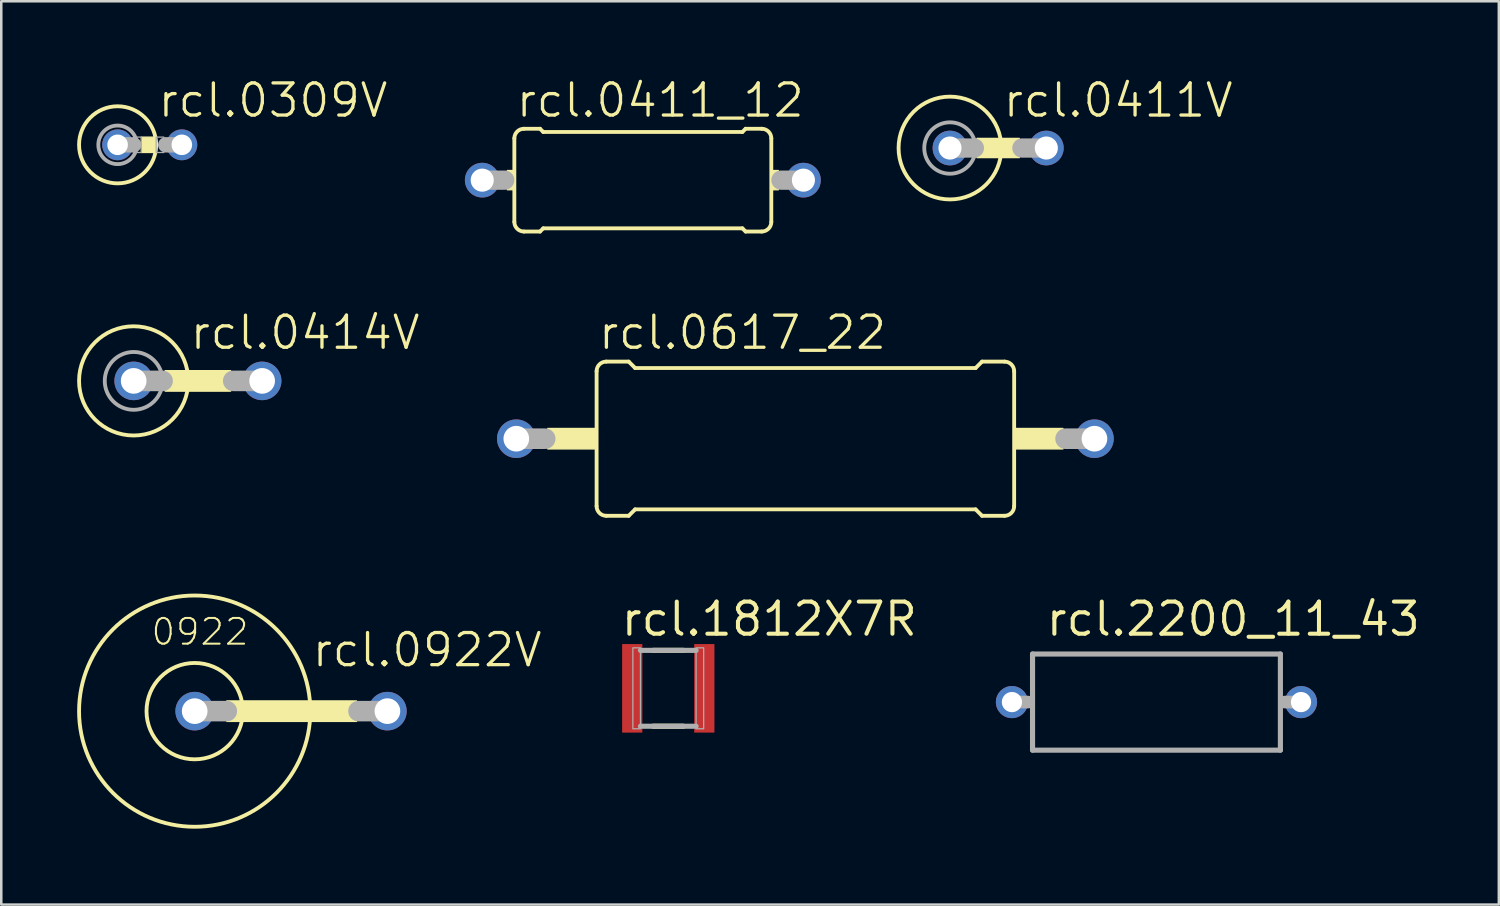
<source format=kicad_pcb>
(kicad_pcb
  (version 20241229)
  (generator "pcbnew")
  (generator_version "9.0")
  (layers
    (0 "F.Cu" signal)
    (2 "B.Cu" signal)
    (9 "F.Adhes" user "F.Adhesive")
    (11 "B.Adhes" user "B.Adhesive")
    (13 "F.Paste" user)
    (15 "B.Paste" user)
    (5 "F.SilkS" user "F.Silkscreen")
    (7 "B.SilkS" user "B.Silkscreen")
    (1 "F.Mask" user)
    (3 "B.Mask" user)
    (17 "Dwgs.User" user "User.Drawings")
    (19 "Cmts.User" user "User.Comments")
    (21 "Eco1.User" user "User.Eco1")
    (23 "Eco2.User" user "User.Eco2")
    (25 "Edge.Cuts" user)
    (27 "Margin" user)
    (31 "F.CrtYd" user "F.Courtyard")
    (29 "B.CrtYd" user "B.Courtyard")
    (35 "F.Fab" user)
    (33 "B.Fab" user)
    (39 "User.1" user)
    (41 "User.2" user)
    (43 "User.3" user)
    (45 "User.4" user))
  (footprint "rcl.1812X7R"
    (layer "F.Cu")
    (at 23.373 24.166)
    (property "Reference" "rcl.1812X7R" (at -1.946 -1.996 0) (layer "F.SilkS") (effects (font (size 1.27 1.27) (thickness 0.16)) (justify left bottom)))
    (attr smd)
    (fp_line (start -0.6 -1.5) (end 0.6 -1.5) (stroke (width 0.203) (type default)) (layer "F.SilkS"))
    (fp_line (start 0.6 1.5) (end -0.6 1.5) (stroke (width 0.203) (type default)) (layer "F.SilkS"))
    (fp_line (start -1.1 -1.5) (end 1.1 -1.5) (stroke (width 0.203) (type default)) (layer "F.Fab"))
    (fp_line (start 1.1 1.5) (end -1.1 1.5) (stroke (width 0.203) (type default)) (layer "F.Fab"))
    (fp_rect (start -1.4 1.6) (end -1.1 -1.6) (stroke (width 0.05) (type default)) (fill no) (layer "F.Fab"))
    (fp_rect (start 1.1 1.6) (end 1.4 -1.6) (stroke (width 0.05) (type default)) (fill no) (layer "F.Fab"))
    (pad "1" smd roundrect (at -1.425 0) (size 0.8 3.5) (layers "F.Cu" "F.Mask" "F.Paste") (roundrect_rratio 0.01))
    (pad "2" smd roundrect (at 1.425 0 180) (size 0.8 3.5) (layers "F.Cu" "F.Mask" "F.Paste") (roundrect_rratio 0.01)))
  (footprint "rcl.0309V"
    (layer "F.Cu")
    (at 2.87 2.676)
    (property "Reference" "rcl.0309V" (at 0.254 -1.016 0) (layer "F.SilkS") (effects (font (size 1.27 1.27) (thickness 0.13)) (justify left bottom)))
    (attr through_hole)
    (fp_rect (start -0.33 0.305) (end 0.254 -0.305) (stroke (width 0.05) (type default)) (fill yes) (layer "F.SilkS"))
    (fp_circle (center -1.27 0) (end 0.254 0) (stroke (width 0.152) (type default)) (fill no) (layer "F.SilkS"))
    (fp_line (start -0.635 0) (end -1.27 0) (stroke (width 0.61) (type default)) (layer "F.Fab"))
    (fp_line (start 1.27 0) (end 0.635 0) (stroke (width 0.61) (type default)) (layer "F.Fab"))
    (fp_rect (start -0.635 0.305) (end -0.33 -0.305) (stroke (width 0.05) (type default)) (fill no) (layer "F.Fab"))
    (fp_rect (start 0.254 0.305) (end 0.559 -0.305) (stroke (width 0.05) (type default)) (fill no) (layer "F.Fab"))
    (fp_circle (center -1.27 0) (end -0.508 0) (stroke (width 0.152) (type default)) (fill no) (layer "F.Fab"))
    (pad "1" thru_hole circle (at -1.27 0) (size 1.219 1.219) (drill 0.813) (layers "*.Cu" "*.Mask"))
    (pad "2" thru_hole circle (at 1.27 0) (size 1.219 1.219) (drill 0.813) (layers "*.Cu" "*.Mask")))
  (footprint "rcl.2200_11_43"
    (layer "F.Cu")
    (at 42.676 24.71)
    (property "Reference" "rcl.2200_11_43" (at -4.445 -2.54 0) (layer "F.SilkS") (effects (font (size 1.27 1.27) (thickness 0.16)) (justify left bottom)))
    (attr through_hole)
    (fp_line (start -5.715 0) (end -5.08 0) (stroke (width 0.5) (type default)) (layer "F.Fab"))
    (fp_line (start -4.9 -1.9) (end 4.9 -1.9) (stroke (width 0.203) (type default)) (layer "F.Fab"))
    (fp_line (start -4.9 1.9) (end -4.9 -1.9) (stroke (width 0.203) (type default)) (layer "F.Fab"))
    (fp_line (start 4.9 -1.9) (end 4.9 1.9) (stroke (width 0.203) (type default)) (layer "F.Fab"))
    (fp_line (start 4.9 1.9) (end -4.9 1.9) (stroke (width 0.203) (type default)) (layer "F.Fab"))
    (fp_line (start 5.715 0) (end 5.08 0) (stroke (width 0.5) (type default)) (layer "F.Fab"))
    (pad "1" thru_hole circle (at -5.715 0) (size 1.27 1.27) (drill 0.8) (layers "*.Cu" "*.Mask"))
    (pad "2" thru_hole circle (at 5.715 0) (size 1.27 1.27) (drill 0.8) (layers "*.Cu" "*.Mask")))
  (footprint "rcl.0922V"
    (layer "F.Cu")
    (at 9.728 25.068)
    (property "Reference" "rcl.0922V" (at -0.508 -1.676 0) (layer "F.SilkS") (effects (font (size 1.27 1.27) (thickness 0.13)) (justify left bottom)))
    (attr through_hole)
    (fp_rect (start -3.81 0.406) (end 1.321 -0.406) (stroke (width 0.05) (type default)) (fill yes) (layer "F.SilkS"))
    (fp_circle (center -5.08 0) (end -3.175 0) (stroke (width 0.152) (type default)) (fill no) (layer "F.SilkS"))
    (fp_circle (center -5.08 0) (end -0.508 0) (stroke (width 0.152) (type default)) (fill no) (layer "F.SilkS"))
    (fp_line (start -5.08 0) (end -3.81 0) (stroke (width 0.813) (type default)) (layer "F.Fab"))
    (fp_line (start 2.54 0) (end 1.397 0) (stroke (width 0.813) (type default)) (layer "F.Fab"))
    (fp_text user "0922" (at -6.858 -2.54 0) (layer "F.SilkS") (effects (font (size 1.016 1.016) (thickness 0.08)) (justify left bottom)))
    (pad "1" thru_hole circle (at -5.08 0) (size 1.524 1.524) (drill 1.016) (layers "*.Cu" "*.Mask"))
    (pad "2" thru_hole circle (at 2.54 0) (size 1.524 1.524) (drill 1.016) (layers "*.Cu" "*.Mask")))
  (footprint "rcl.0411V"
    (layer "F.Cu")
    (at 37.051 2.803)
    (property "Reference" "rcl.0411V" (at -0.508 -1.143 0) (layer "F.SilkS") (effects (font (size 1.27 1.27) (thickness 0.13)) (justify left bottom)))
    (attr through_hole)
    (fp_rect (start -1.473 0.381) (end 0.203 -0.381) (stroke (width 0.05) (type default)) (fill yes) (layer "F.SilkS"))
    (fp_circle (center -2.54 0) (end -0.508 0) (stroke (width 0.152) (type default)) (fill no) (layer "F.SilkS"))
    (fp_line (start -1.575 0) (end -2.54 0) (stroke (width 0.762) (type default)) (layer "F.Fab"))
    (fp_line (start 1.27 0) (end 0.305 0) (stroke (width 0.762) (type default)) (layer "F.Fab"))
    (fp_circle (center -2.54 0) (end -1.524 0) (stroke (width 0.152) (type default)) (fill no) (layer "F.Fab"))
    (pad "1" thru_hole circle (at -2.54 0) (size 1.372 1.372) (drill 0.914) (layers "*.Cu" "*.Mask"))
    (pad "2" thru_hole circle (at 1.27 0) (size 1.372 1.372) (drill 0.914) (layers "*.Cu" "*.Mask")))
  (footprint "rcl.0414V"
    (layer "F.Cu")
    (at 4.775 12.01)
    (property "Reference" "rcl.0414V" (at -0.381 -1.168 0) (layer "F.SilkS") (effects (font (size 1.27 1.27) (thickness 0.13)) (justify left bottom)))
    (attr through_hole)
    (fp_rect (start -1.295 0.406) (end 1.295 -0.406) (stroke (width 0.05) (type default)) (fill yes) (layer "F.SilkS"))
    (fp_circle (center -2.54 0) (end -0.381 0) (stroke (width 0.152) (type default)) (fill no) (layer "F.SilkS"))
    (fp_line (start -2.54 0) (end -1.397 0) (stroke (width 0.813) (type default)) (layer "F.Fab"))
    (fp_line (start 2.54 0) (end 1.397 0) (stroke (width 0.813) (type default)) (layer "F.Fab"))
    (fp_circle (center -2.54 0) (end -1.397 0) (stroke (width 0.152) (type default)) (fill no) (layer "F.Fab"))
    (pad "1" thru_hole circle (at -2.54 0) (size 1.524 1.524) (drill 1.016) (layers "*.Cu" "*.Mask"))
    (pad "2" thru_hole circle (at 2.54 0) (size 1.524 1.524) (drill 1.016) (layers "*.Cu" "*.Mask")))
  (footprint "rcl.0411_12"
    (layer "F.Cu")
    (at 22.367 4.073)
    (property "Reference" "rcl.0411_12" (at -5.08 -2.413 0) (layer "F.SilkS") (effects (font (size 1.27 1.27) (thickness 0.13)) (justify left bottom)))
    (attr through_hole)
    (fp_line (start -5.08 -1.651) (end -5.08 1.651) (stroke (width 0.152) (type default)) (layer "F.SilkS"))
    (fp_line (start -4.699 -2.032) (end -4.064 -2.032) (stroke (width 0.152) (type default)) (layer "F.SilkS"))
    (fp_line (start -4.699 2.032) (end -4.064 2.032) (stroke (width 0.152) (type default)) (layer "F.SilkS"))
    (fp_line (start -3.937 -1.905) (end -4.064 -2.032) (stroke (width 0.152) (type default)) (layer "F.SilkS"))
    (fp_line (start -3.937 -1.905) (end 3.937 -1.905) (stroke (width 0.152) (type default)) (layer "F.SilkS"))
    (fp_line (start -3.937 1.905) (end -4.064 2.032) (stroke (width 0.152) (type default)) (layer "F.SilkS"))
    (fp_line (start -3.937 1.905) (end 3.937 1.905) (stroke (width 0.152) (type default)) (layer "F.SilkS"))
    (fp_line (start 3.937 -1.905) (end 4.064 -2.032) (stroke (width 0.152) (type default)) (layer "F.SilkS"))
    (fp_line (start 3.937 1.905) (end 4.064 2.032) (stroke (width 0.152) (type default)) (layer "F.SilkS"))
    (fp_line (start 4.699 -2.032) (end 4.064 -2.032) (stroke (width 0.152) (type default)) (layer "F.SilkS"))
    (fp_line (start 4.699 2.032) (end 4.064 2.032) (stroke (width 0.152) (type default)) (layer "F.SilkS"))
    (fp_line (start 5.08 1.651) (end 5.08 -1.651) (stroke (width 0.152) (type default)) (layer "F.SilkS"))
    (fp_rect (start -5.359 0.381) (end -5.08 -0.381) (stroke (width 0.05) (type default)) (fill yes) (layer "F.SilkS"))
    (fp_rect (start 5.08 0.381) (end 5.359 -0.381) (stroke (width 0.05) (type default)) (fill yes) (layer "F.SilkS"))
    (fp_arc (start -5.08 -1.651) (mid -4.968408 -1.920408) (end -4.699 -2.032) (stroke (width 0.1524) (type default)) (layer "F.SilkS"))
    (fp_arc (start -4.699 2.032) (mid -4.968408 1.920408) (end -5.08 1.651) (stroke (width 0.1524) (type default)) (layer "F.SilkS"))
    (fp_arc (start 4.699 -2.032) (mid 4.968408 -1.920408) (end 5.08 -1.651) (stroke (width 0.1524) (type default)) (layer "F.SilkS"))
    (fp_arc (start 5.08 1.651) (mid 4.968408 1.920408) (end 4.699 2.032) (stroke (width 0.1524) (type default)) (layer "F.SilkS"))
    (fp_line (start -6.35 0) (end -5.461 0) (stroke (width 0.762) (type default)) (layer "F.Fab"))
    (fp_line (start 6.35 0) (end 5.461 0) (stroke (width 0.762) (type default)) (layer "F.Fab"))
    (pad "1" thru_hole circle (at -6.35 0) (size 1.372 1.372) (drill 0.914) (layers "*.Cu" "*.Mask"))
    (pad "2" thru_hole circle (at 6.35 0) (size 1.372 1.372) (drill 0.914) (layers "*.Cu" "*.Mask")))
  (footprint "rcl.0617_22"
    (layer "F.Cu")
    (at 28.794 14.296)
    (property "Reference" "rcl.0617_22" (at -8.255 -3.454 0) (layer "F.SilkS") (effects (font (size 1.27 1.27) (thickness 0.13)) (justify left bottom)))
    (attr through_hole)
    (fp_line (start -8.255 2.667) (end -8.255 -2.667) (stroke (width 0.152) (type default)) (layer "F.SilkS"))
    (fp_line (start -7.874 -3.048) (end -6.985 -3.048) (stroke (width 0.152) (type default)) (layer "F.SilkS"))
    (fp_line (start -7.874 3.048) (end -6.985 3.048) (stroke (width 0.152) (type default)) (layer "F.SilkS"))
    (fp_line (start -6.731 -2.794) (end -6.985 -3.048) (stroke (width 0.152) (type default)) (layer "F.SilkS"))
    (fp_line (start -6.731 2.794) (end -6.985 3.048) (stroke (width 0.152) (type default)) (layer "F.SilkS"))
    (fp_line (start 6.731 -2.794) (end -6.731 -2.794) (stroke (width 0.152) (type default)) (layer "F.SilkS"))
    (fp_line (start 6.731 -2.794) (end 6.985 -3.048) (stroke (width 0.152) (type default)) (layer "F.SilkS"))
    (fp_line (start 6.731 2.794) (end -6.731 2.794) (stroke (width 0.152) (type default)) (layer "F.SilkS"))
    (fp_line (start 6.731 2.794) (end 6.985 3.048) (stroke (width 0.152) (type default)) (layer "F.SilkS"))
    (fp_line (start 7.874 -3.048) (end 6.985 -3.048) (stroke (width 0.152) (type default)) (layer "F.SilkS"))
    (fp_line (start 7.874 3.048) (end 6.985 3.048) (stroke (width 0.152) (type default)) (layer "F.SilkS"))
    (fp_line (start 8.255 2.667) (end 8.255 -2.667) (stroke (width 0.152) (type default)) (layer "F.SilkS"))
    (fp_rect (start -10.185 0.406) (end -8.255 -0.406) (stroke (width 0.05) (type default)) (fill yes) (layer "F.SilkS"))
    (fp_rect (start 8.255 0.406) (end 10.185 -0.406) (stroke (width 0.05) (type default)) (fill yes) (layer "F.SilkS"))
    (fp_arc (start -8.255 -2.667) (mid -8.143408 -2.936408) (end -7.874 -3.048) (stroke (width 0.1524) (type default)) (layer "F.SilkS"))
    (fp_arc (start -7.874 3.048) (mid -8.143408 2.936408) (end -8.255 2.667) (stroke (width 0.1524) (type default)) (layer "F.SilkS"))
    (fp_arc (start 7.874 -3.048) (mid 8.143408 -2.936408) (end 8.255 -2.667) (stroke (width 0.1524) (type default)) (layer "F.SilkS"))
    (fp_arc (start 8.255 2.667) (mid 8.143408 2.936408) (end 7.874 3.048) (stroke (width 0.1524) (type default)) (layer "F.SilkS"))
    (fp_line (start -10.287 0) (end -11.43 0) (stroke (width 0.813) (type default)) (layer "F.Fab"))
    (fp_line (start 11.43 0) (end 10.287 0) (stroke (width 0.813) (type default)) (layer "F.Fab"))
    (pad "1" thru_hole circle (at -11.43 0) (size 1.524 1.524) (drill 1.016) (layers "*.Cu" "*.Mask"))
    (pad "2" thru_hole circle (at 11.43 0) (size 1.524 1.524) (drill 1.016) (layers "*.Cu" "*.Mask")))
  (gr_rect
    (start -3 -3)
    (end 56.213 32.716)
    (stroke (width 0.1) (type default))
    (fill no)
    (layer "Edge.Cuts")))
</source>
